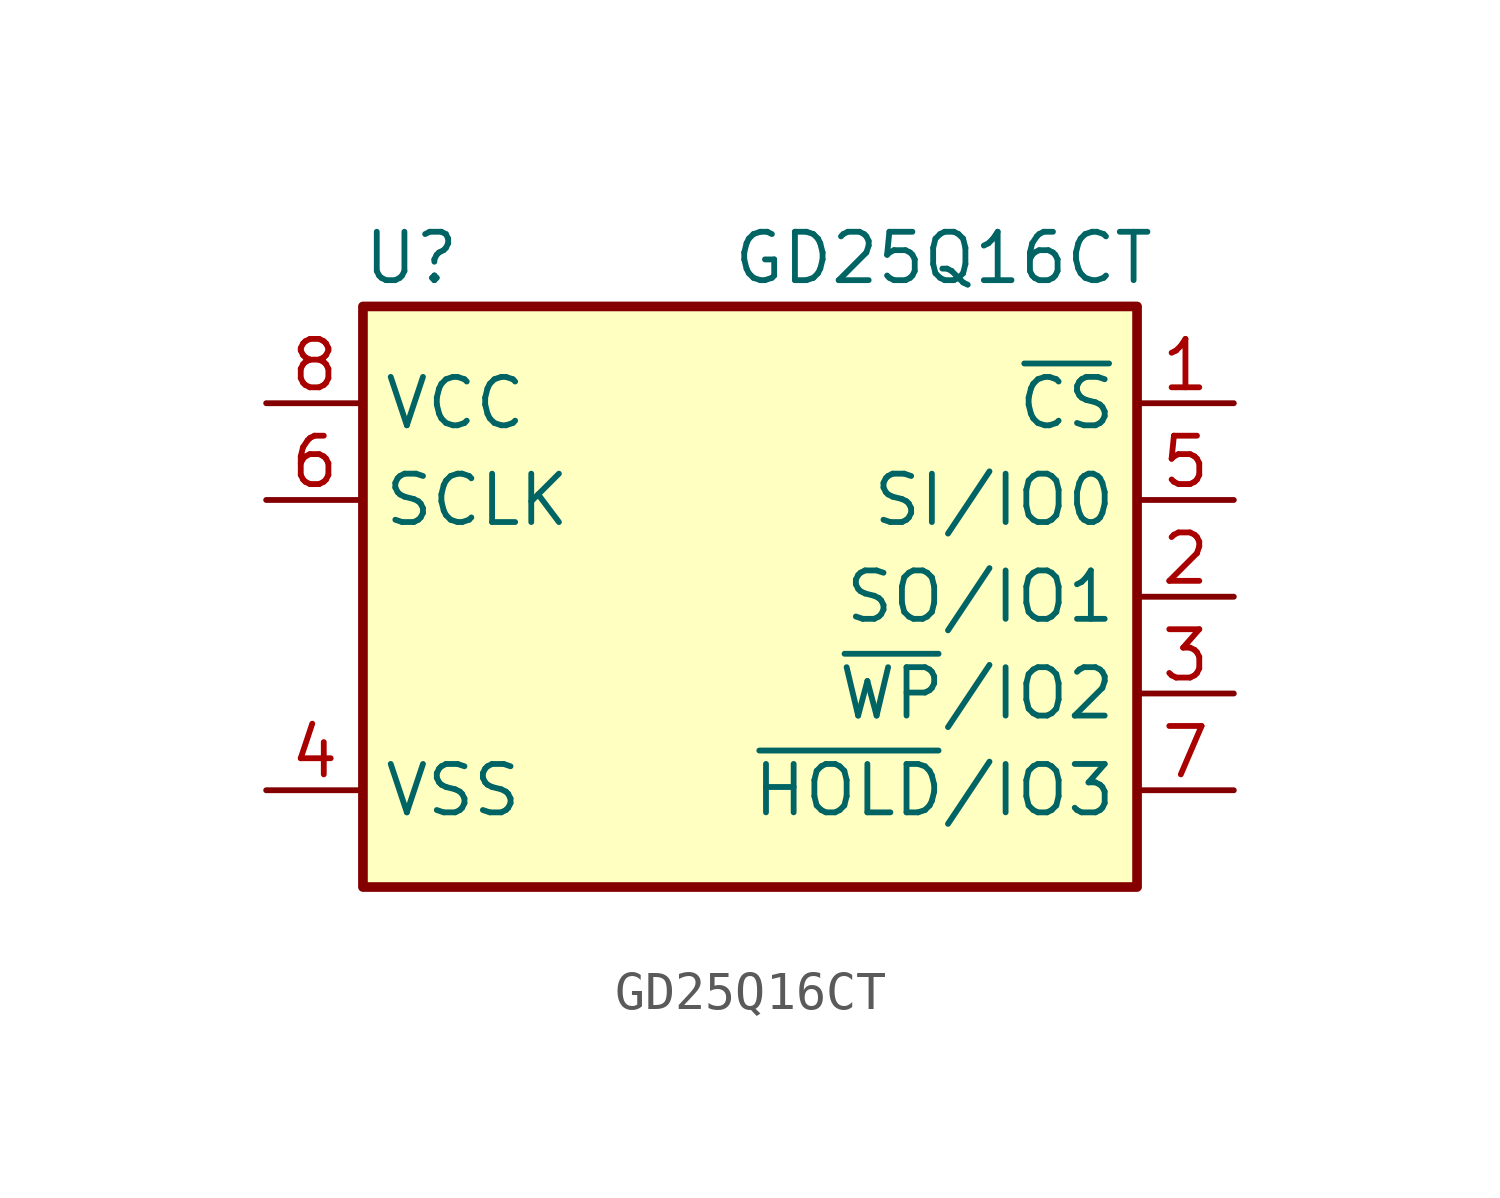
<source format=kicad_sym>
(kicad_symbol_lib
  (version 20211014)
  (generator kicad_symbol_editor)
  (symbol "GD25Q16CT"
    (property "Reference" "U"
      (at -8.89 8.89 0)
      (effects (font (size 1.27 1.27))))
    (property "Value" "GD25Q16CT"
      (at 5.08 8.89 0)
      (effects (font (size 1.27 1.27))))
    (symbol "GD25Q16CT_1_1"
      (rectangle (start -10.16 7.62) (end 10.16 -7.62) (stroke (width 0.254) (type default) (color 0 0 0 0)) (fill (type background)))
      (pin input line (at 12.7 5.08 180) (length 2.54) (name "~{CS}" (effects (font (size 1.27 1.27)))) (number "1" (effects (font (size 1.27 1.27)))))
      (pin output line (at 12.7 0 180) (length 2.54) (name "SO/IO1" (effects (font (size 1.27 1.27)))) (number "2" (effects (font (size 1.27 1.27)))))
      (pin input line (at 12.7 -2.54 180) (length 2.54) (name "~{WP}/IO2" (effects (font (size 1.27 1.27)))) (number "3" (effects (font (size 1.27 1.27)))))
      (pin power_in line (at -12.7 -5.08 0) (length 2.54) (name "VSS" (effects (font (size 1.27 1.27)))) (number "4" (effects (font (size 1.27 1.27)))))
      (pin input line (at 12.7 2.54 180) (length 2.54) (name "SI/IO0" (effects (font (size 1.27 1.27)))) (number "5" (effects (font (size 1.27 1.27)))))
      (pin input line (at -12.7 2.54 0) (length 2.54) (name "SCLK" (effects (font (size 1.27 1.27)))) (number "6" (effects (font (size 1.27 1.27)))))
      (pin input line (at 12.7 -5.08 180) (length 2.54) (name "~{HOLD}/IO3" (effects (font (size 1.27 1.27)))) (number "7" (effects (font (size 1.27 1.27)))))
      (pin power_in line (at -12.7 5.08 0) (length 2.54) (name "VCC" (effects (font (size 1.27 1.27)))) (number "8" (effects (font (size 1.27 1.27))))))))
</source>
